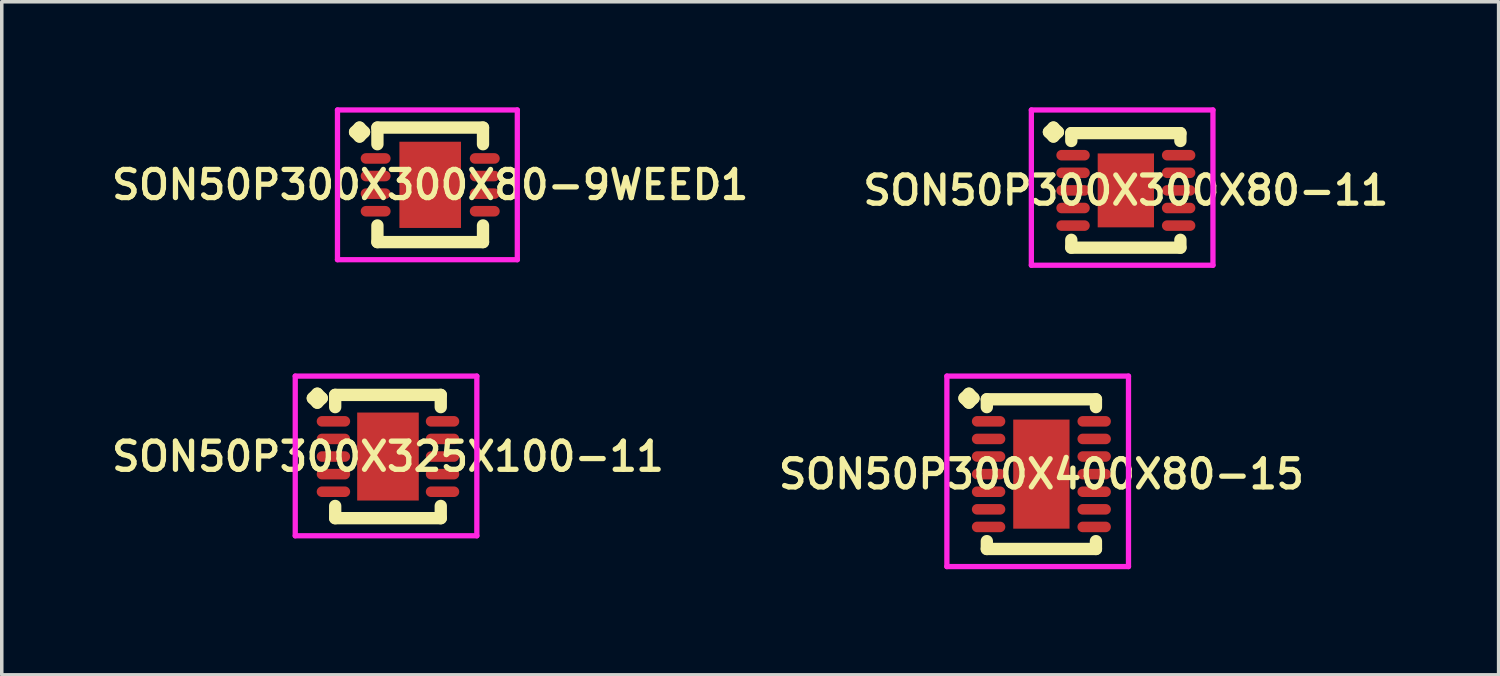
<source format=kicad_pcb>
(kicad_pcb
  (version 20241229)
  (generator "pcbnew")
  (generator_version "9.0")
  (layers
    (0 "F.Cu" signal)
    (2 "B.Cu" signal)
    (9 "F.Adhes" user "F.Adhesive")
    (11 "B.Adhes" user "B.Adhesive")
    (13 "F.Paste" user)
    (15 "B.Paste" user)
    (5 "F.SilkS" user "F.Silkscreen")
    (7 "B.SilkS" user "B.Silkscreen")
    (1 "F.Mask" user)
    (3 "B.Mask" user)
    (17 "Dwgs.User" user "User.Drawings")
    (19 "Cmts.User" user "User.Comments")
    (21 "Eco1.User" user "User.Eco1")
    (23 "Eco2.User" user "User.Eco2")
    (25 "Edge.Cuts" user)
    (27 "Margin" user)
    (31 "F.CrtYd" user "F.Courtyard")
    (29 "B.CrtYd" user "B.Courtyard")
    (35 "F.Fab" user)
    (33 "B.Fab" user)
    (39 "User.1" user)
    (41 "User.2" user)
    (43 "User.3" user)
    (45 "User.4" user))
  (footprint "SON50P300X300X80-9WEED1"
    (layer "F.Cu")
    (at 9.174 2.202)
    (property "Reference" "SON50P300X300X80-9WEED1" (at 0 0 0) (layer "F.SilkS") (effects (font (size 0.8 0.8) (thickness 0.15))))
    (attr smd)
    (fp_line (start -2.135 -1.5) (end -2.008 -1.627) (stroke (width 0.35) (type solid)) (layer "F.SilkS"))
    (fp_line (start -2.008 -1.627) (end -1.881 -1.5) (stroke (width 0.35) (type solid)) (layer "F.SilkS"))
    (fp_line (start -2.008 -1.373) (end -2.135 -1.5) (stroke (width 0.35) (type solid)) (layer "F.SilkS"))
    (fp_line (start -1.881 -1.5) (end -2.008 -1.373) (stroke (width 0.35) (type solid)) (layer "F.SilkS"))
    (fp_line (start -1.5 -1.627) (end 1.5 -1.627) (stroke (width 0.35) (type solid)) (layer "F.SilkS"))
    (fp_line (start -1.5 -1.154) (end -1.5 -1.627) (stroke (width 0.35) (type solid)) (layer "F.SilkS"))
    (fp_line (start -1.5 1.154) (end -1.5 1.627) (stroke (width 0.35) (type solid)) (layer "F.SilkS"))
    (fp_line (start -1.5 1.627) (end 1.5 1.627) (stroke (width 0.35) (type solid)) (layer "F.SilkS"))
    (fp_line (start 1.5 -1.627) (end 1.5 -1.154) (stroke (width 0.35) (type solid)) (layer "F.SilkS"))
    (fp_line (start 1.5 1.627) (end 1.5 1.154) (stroke (width 0.35) (type solid)) (layer "F.SilkS"))
    (fp_line (start -2.635 -2.127) (end 2.475 -2.127) (stroke (width 0.15) (type solid)) (layer "F.CrtYd"))
    (fp_line (start -2.635 2.127) (end -2.635 -2.127) (stroke (width 0.15) (type solid)) (layer "F.CrtYd"))
    (fp_line (start 2.475 -2.127) (end 2.475 2.127) (stroke (width 0.15) (type solid)) (layer "F.CrtYd"))
    (fp_line (start 2.475 2.127) (end -2.635 2.127) (stroke (width 0.15) (type solid)) (layer "F.CrtYd"))
    (pad "1" smd oval (at -1.55 -0.75) (size 0.85 0.3) (layers "F.Cu" "F.Mask" "F.Paste"))
    (pad "2" smd oval (at -1.55 -0.25) (size 0.85 0.3) (layers "F.Cu" "F.Mask" "F.Paste"))
    (pad "3" smd oval (at -1.55 0.25) (size 0.85 0.3) (layers "F.Cu" "F.Mask" "F.Paste"))
    (pad "4" smd oval (at -1.55 0.75) (size 0.85 0.3) (layers "F.Cu" "F.Mask" "F.Paste"))
    (pad "5" smd oval (at 1.55 0.75) (size 0.85 0.3) (layers "F.Cu" "F.Mask" "F.Paste"))
    (pad "6" smd oval (at 1.55 0.25) (size 0.85 0.3) (layers "F.Cu" "F.Mask" "F.Paste"))
    (pad "7" smd oval (at 1.55 -0.25) (size 0.85 0.3) (layers "F.Cu" "F.Mask" "F.Paste"))
    (pad "8" smd oval (at 1.55 -0.75) (size 0.85 0.3) (layers "F.Cu" "F.Mask" "F.Paste"))
    (pad "9" smd rect (at 0 0) (size 1.75 2.45) (layers "F.Cu" "F.Mask" "F.Paste")))
  (footprint "SON50P300X325X100-11"
    (layer "F.Cu")
    (at 7.974 9.922)
    (property "Reference" "SON50P300X325X100-11" (at 0 0 0) (layer "F.SilkS") (effects (font (size 0.8 0.8) (thickness 0.15))))
    (attr smd)
    (fp_line (start -2.135 -1.658) (end -2.008 -1.785) (stroke (width 0.35) (type solid)) (layer "F.SilkS"))
    (fp_line (start -2.008 -1.785) (end -1.881 -1.658) (stroke (width 0.35) (type solid)) (layer "F.SilkS"))
    (fp_line (start -2.008 -1.531) (end -2.135 -1.658) (stroke (width 0.35) (type solid)) (layer "F.SilkS"))
    (fp_line (start -1.881 -1.658) (end -2.008 -1.531) (stroke (width 0.35) (type solid)) (layer "F.SilkS"))
    (fp_line (start -1.5 -1.752) (end 1.5 -1.752) (stroke (width 0.35) (type solid)) (layer "F.SilkS"))
    (fp_line (start -1.5 -1.404) (end -1.5 -1.752) (stroke (width 0.35) (type solid)) (layer "F.SilkS"))
    (fp_line (start -1.5 1.404) (end -1.5 1.752) (stroke (width 0.35) (type solid)) (layer "F.SilkS"))
    (fp_line (start -1.5 1.752) (end 1.5 1.752) (stroke (width 0.35) (type solid)) (layer "F.SilkS"))
    (fp_line (start 1.5 -1.752) (end 1.5 -1.404) (stroke (width 0.35) (type solid)) (layer "F.SilkS"))
    (fp_line (start 1.5 1.752) (end 1.5 1.404) (stroke (width 0.35) (type solid)) (layer "F.SilkS"))
    (fp_line (start -2.635 -2.285) (end 2.525 -2.285) (stroke (width 0.15) (type solid)) (layer "F.CrtYd"))
    (fp_line (start -2.635 2.252) (end -2.635 -2.285) (stroke (width 0.15) (type solid)) (layer "F.CrtYd"))
    (fp_line (start 2.525 -2.285) (end 2.525 2.252) (stroke (width 0.15) (type solid)) (layer "F.CrtYd"))
    (fp_line (start 2.525 2.252) (end -2.635 2.252) (stroke (width 0.15) (type solid)) (layer "F.CrtYd"))
    (pad "1" smd oval (at -1.55 -1) (size 0.95 0.3) (layers "F.Cu" "F.Mask" "F.Paste"))
    (pad "2" smd oval (at -1.55 -0.5) (size 0.95 0.3) (layers "F.Cu" "F.Mask" "F.Paste"))
    (pad "3" smd oval (at -1.55 0) (size 0.95 0.3) (layers "F.Cu" "F.Mask" "F.Paste"))
    (pad "4" smd oval (at -1.55 0.5) (size 0.95 0.3) (layers "F.Cu" "F.Mask" "F.Paste"))
    (pad "5" smd oval (at -1.55 1) (size 0.95 0.3) (layers "F.Cu" "F.Mask" "F.Paste"))
    (pad "6" smd oval (at 1.55 1) (size 0.95 0.3) (layers "F.Cu" "F.Mask" "F.Paste"))
    (pad "7" smd oval (at 1.55 0.5) (size 0.95 0.3) (layers "F.Cu" "F.Mask" "F.Paste"))
    (pad "8" smd oval (at 1.55 0) (size 0.95 0.3) (layers "F.Cu" "F.Mask" "F.Paste"))
    (pad "9" smd oval (at 1.55 -0.5) (size 0.95 0.3) (layers "F.Cu" "F.Mask" "F.Paste"))
    (pad "10" smd oval (at 1.55 -1) (size 0.95 0.3) (layers "F.Cu" "F.Mask" "F.Paste"))
    (pad "11" smd rect (at 0 0) (size 1.75 2.5) (layers "F.Cu" "F.Mask" "F.Paste")))
  (footprint "SON50P300X300X80-11"
    (layer "F.Cu")
    (at 28.94 2.36)
    (property "Reference" "SON50P300X300X80-11" (at 0 0 0) (layer "F.SilkS") (effects (font (size 0.8 0.8) (thickness 0.15))))
    (attr smd)
    (fp_line (start -2.185 -1.658) (end -2.058 -1.785) (stroke (width 0.35) (type solid)) (layer "F.SilkS"))
    (fp_line (start -2.058 -1.785) (end -1.931 -1.658) (stroke (width 0.35) (type solid)) (layer "F.SilkS"))
    (fp_line (start -2.058 -1.531) (end -2.185 -1.658) (stroke (width 0.35) (type solid)) (layer "F.SilkS"))
    (fp_line (start -1.931 -1.658) (end -2.058 -1.531) (stroke (width 0.35) (type solid)) (layer "F.SilkS"))
    (fp_line (start -1.55 -1.627) (end 1.55 -1.627) (stroke (width 0.35) (type solid)) (layer "F.SilkS"))
    (fp_line (start -1.55 -1.404) (end -1.55 -1.627) (stroke (width 0.35) (type solid)) (layer "F.SilkS"))
    (fp_line (start -1.55 1.404) (end -1.55 1.627) (stroke (width 0.35) (type solid)) (layer "F.SilkS"))
    (fp_line (start -1.55 1.627) (end 1.55 1.627) (stroke (width 0.35) (type solid)) (layer "F.SilkS"))
    (fp_line (start 1.55 -1.627) (end 1.55 -1.404) (stroke (width 0.35) (type solid)) (layer "F.SilkS"))
    (fp_line (start 1.55 1.627) (end 1.55 1.404) (stroke (width 0.35) (type solid)) (layer "F.SilkS"))
    (fp_line (start -2.685 -2.285) (end 2.475 -2.285) (stroke (width 0.15) (type solid)) (layer "F.CrtYd"))
    (fp_line (start -2.685 2.127) (end -2.685 -2.285) (stroke (width 0.15) (type solid)) (layer "F.CrtYd"))
    (fp_line (start 2.475 -2.285) (end 2.475 2.127) (stroke (width 0.15) (type solid)) (layer "F.CrtYd"))
    (fp_line (start 2.475 2.127) (end -2.685 2.127) (stroke (width 0.15) (type solid)) (layer "F.CrtYd"))
    (pad "1" smd oval (at -1.5 -1) (size 0.95 0.3) (layers "F.Cu" "F.Mask" "F.Paste"))
    (pad "2" smd oval (at -1.5 -0.5) (size 0.95 0.3) (layers "F.Cu" "F.Mask" "F.Paste"))
    (pad "3" smd oval (at -1.5 0) (size 0.95 0.3) (layers "F.Cu" "F.Mask" "F.Paste"))
    (pad "4" smd oval (at -1.5 0.5) (size 0.95 0.3) (layers "F.Cu" "F.Mask" "F.Paste"))
    (pad "5" smd oval (at -1.5 1) (size 0.95 0.3) (layers "F.Cu" "F.Mask" "F.Paste"))
    (pad "6" smd oval (at 1.5 1) (size 0.95 0.3) (layers "F.Cu" "F.Mask" "F.Paste"))
    (pad "7" smd oval (at 1.5 0.5) (size 0.95 0.3) (layers "F.Cu" "F.Mask" "F.Paste"))
    (pad "8" smd oval (at 1.5 0) (size 0.95 0.3) (layers "F.Cu" "F.Mask" "F.Paste"))
    (pad "9" smd oval (at 1.5 -0.5) (size 0.95 0.3) (layers "F.Cu" "F.Mask" "F.Paste"))
    (pad "10" smd oval (at 1.5 -1) (size 0.95 0.3) (layers "F.Cu" "F.Mask" "F.Paste"))
    (pad "11" smd rect (at 0 0) (size 1.6 2.1) (layers "F.Cu" "F.Mask" "F.Paste")))
  (footprint "SON50P300X400X80-15"
    (layer "F.Cu")
    (at 26.54 10.422)
    (property "Reference" "SON50P300X400X80-15" (at 0 0 0) (layer "F.SilkS") (effects (font (size 0.8 0.8) (thickness 0.15))))
    (attr smd)
    (fp_line (start -2.185 -2.158) (end -2.058 -2.285) (stroke (width 0.35) (type solid)) (layer "F.SilkS"))
    (fp_line (start -2.058 -2.285) (end -1.931 -2.158) (stroke (width 0.35) (type solid)) (layer "F.SilkS"))
    (fp_line (start -2.058 -2.031) (end -2.185 -2.158) (stroke (width 0.35) (type solid)) (layer "F.SilkS"))
    (fp_line (start -1.931 -2.158) (end -2.058 -2.031) (stroke (width 0.35) (type solid)) (layer "F.SilkS"))
    (fp_line (start -1.55 -2.127) (end 1.55 -2.127) (stroke (width 0.35) (type solid)) (layer "F.SilkS"))
    (fp_line (start -1.55 -1.904) (end -1.55 -2.127) (stroke (width 0.35) (type solid)) (layer "F.SilkS"))
    (fp_line (start -1.55 1.904) (end -1.55 2.127) (stroke (width 0.35) (type solid)) (layer "F.SilkS"))
    (fp_line (start -1.55 2.127) (end 1.55 2.127) (stroke (width 0.35) (type solid)) (layer "F.SilkS"))
    (fp_line (start 1.55 -2.127) (end 1.55 -1.904) (stroke (width 0.35) (type solid)) (layer "F.SilkS"))
    (fp_line (start 1.55 2.127) (end 1.55 1.904) (stroke (width 0.35) (type solid)) (layer "F.SilkS"))
    (fp_line (start -2.685 -2.785) (end 2.475 -2.785) (stroke (width 0.15) (type solid)) (layer "F.CrtYd"))
    (fp_line (start -2.685 2.627) (end -2.685 -2.785) (stroke (width 0.15) (type solid)) (layer "F.CrtYd"))
    (fp_line (start 2.475 -2.785) (end 2.475 2.627) (stroke (width 0.15) (type solid)) (layer "F.CrtYd"))
    (fp_line (start 2.475 2.627) (end -2.685 2.627) (stroke (width 0.15) (type solid)) (layer "F.CrtYd"))
    (pad "1" smd oval (at -1.5 -1.5) (size 0.95 0.3) (layers "F.Cu" "F.Mask" "F.Paste"))
    (pad "2" smd oval (at -1.5 -1) (size 0.95 0.3) (layers "F.Cu" "F.Mask" "F.Paste"))
    (pad "3" smd oval (at -1.5 -0.5) (size 0.95 0.3) (layers "F.Cu" "F.Mask" "F.Paste"))
    (pad "4" smd oval (at -1.5 0) (size 0.95 0.3) (layers "F.Cu" "F.Mask" "F.Paste"))
    (pad "5" smd oval (at -1.5 0.5) (size 0.95 0.3) (layers "F.Cu" "F.Mask" "F.Paste"))
    (pad "6" smd oval (at -1.5 1) (size 0.95 0.3) (layers "F.Cu" "F.Mask" "F.Paste"))
    (pad "7" smd oval (at -1.5 1.5) (size 0.95 0.3) (layers "F.Cu" "F.Mask" "F.Paste"))
    (pad "8" smd oval (at 1.5 1.5) (size 0.95 0.3) (layers "F.Cu" "F.Mask" "F.Paste"))
    (pad "9" smd oval (at 1.5 1) (size 0.95 0.3) (layers "F.Cu" "F.Mask" "F.Paste"))
    (pad "10" smd oval (at 1.5 0.5) (size 0.95 0.3) (layers "F.Cu" "F.Mask" "F.Paste"))
    (pad "11" smd oval (at 1.5 0) (size 0.95 0.3) (layers "F.Cu" "F.Mask" "F.Paste"))
    (pad "12" smd oval (at 1.5 -0.5) (size 0.95 0.3) (layers "F.Cu" "F.Mask" "F.Paste"))
    (pad "13" smd oval (at 1.5 -1) (size 0.95 0.3) (layers "F.Cu" "F.Mask" "F.Paste"))
    (pad "14" smd oval (at 1.5 -1.5) (size 0.95 0.3) (layers "F.Cu" "F.Mask" "F.Paste"))
    (pad "15" smd rect (at 0 0) (size 1.6 3.1) (layers "F.Cu" "F.Mask" "F.Paste")))
  (gr_rect
    (start -3 -3)
    (end 39.532 16.124)
    (stroke (width 0.1) (type default))
    (fill no)
    (layer "Edge.Cuts")))
</source>
